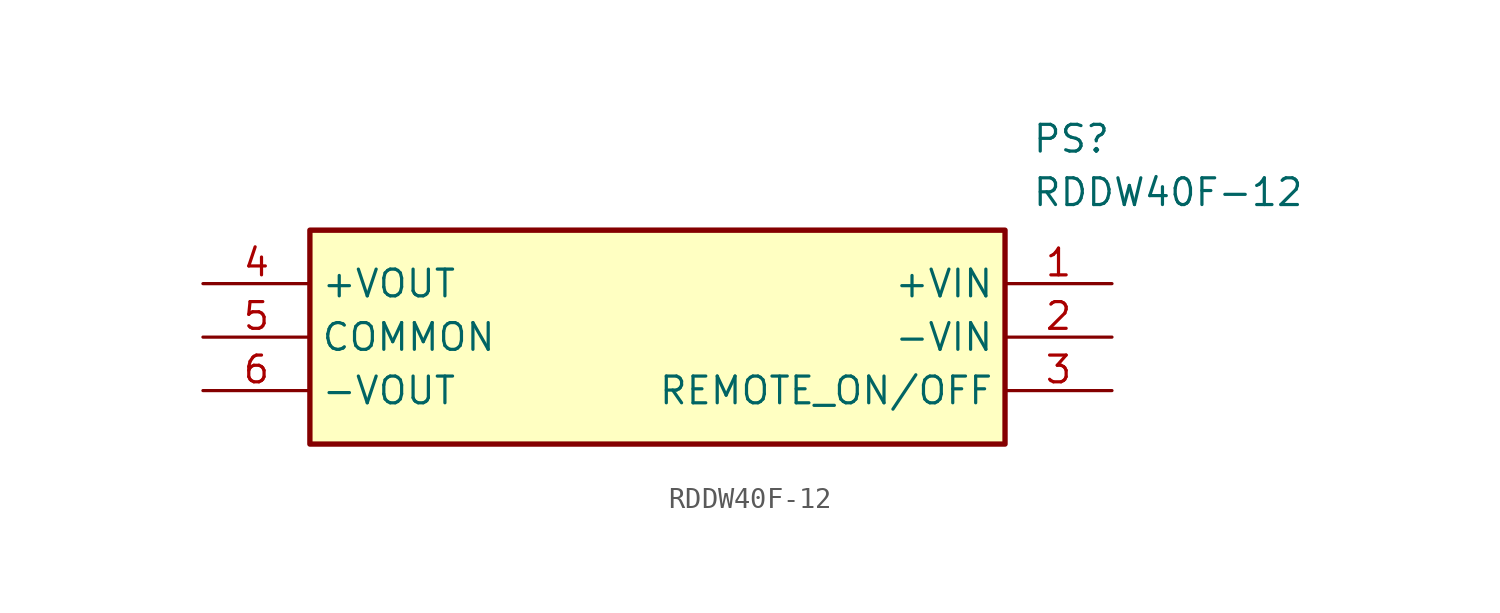
<source format=kicad_sym>
(kicad_symbol_lib
  (version 20211014)
  (generator SamacSys_ECAD_Model)
  (symbol "RDDW40F-12"
    (property "Reference" "PS"
      (at 39.37 7.62 0)
      (effects (font (size 1.27 1.27)) (justify left top)))
    (property "Value" "RDDW40F-12"
      (at 39.37 5.08 0)
      (effects (font (size 1.27 1.27)) (justify left top)))
    (rectangle
      (start 5.08 2.54)
      (end 38.1 -7.62)
      (stroke (width 0.254) (type default))
      (fill (type background)))
    (pin passive line
      (at 43.18 0 180)
      (length 5.08)
      (name "+VIN" (effects (font (size 1.27 1.27))))
      (number "1" (effects (font (size 1.27 1.27)))))
    (pin passive line
      (at 43.18 -2.54 180)
      (length 5.08)
      (name "-VIN" (effects (font (size 1.27 1.27))))
      (number "2" (effects (font (size 1.27 1.27)))))
    (pin passive line
      (at 43.18 -5.08 180)
      (length 5.08)
      (name "REMOTE_ON/OFF" (effects (font (size 1.27 1.27))))
      (number "3" (effects (font (size 1.27 1.27)))))
    (pin passive line
      (at 0 0 0)
      (length 5.08)
      (name "+VOUT" (effects (font (size 1.27 1.27))))
      (number "4" (effects (font (size 1.27 1.27)))))
    (pin passive line
      (at 0 -2.54 0)
      (length 5.08)
      (name "COMMON" (effects (font (size 1.27 1.27))))
      (number "5" (effects (font (size 1.27 1.27)))))
    (pin passive line
      (at 0 -5.08 0)
      (length 5.08)
      (name "-VOUT" (effects (font (size 1.27 1.27))))
      (number "6" (effects (font (size 1.27 1.27)))))))
</source>
